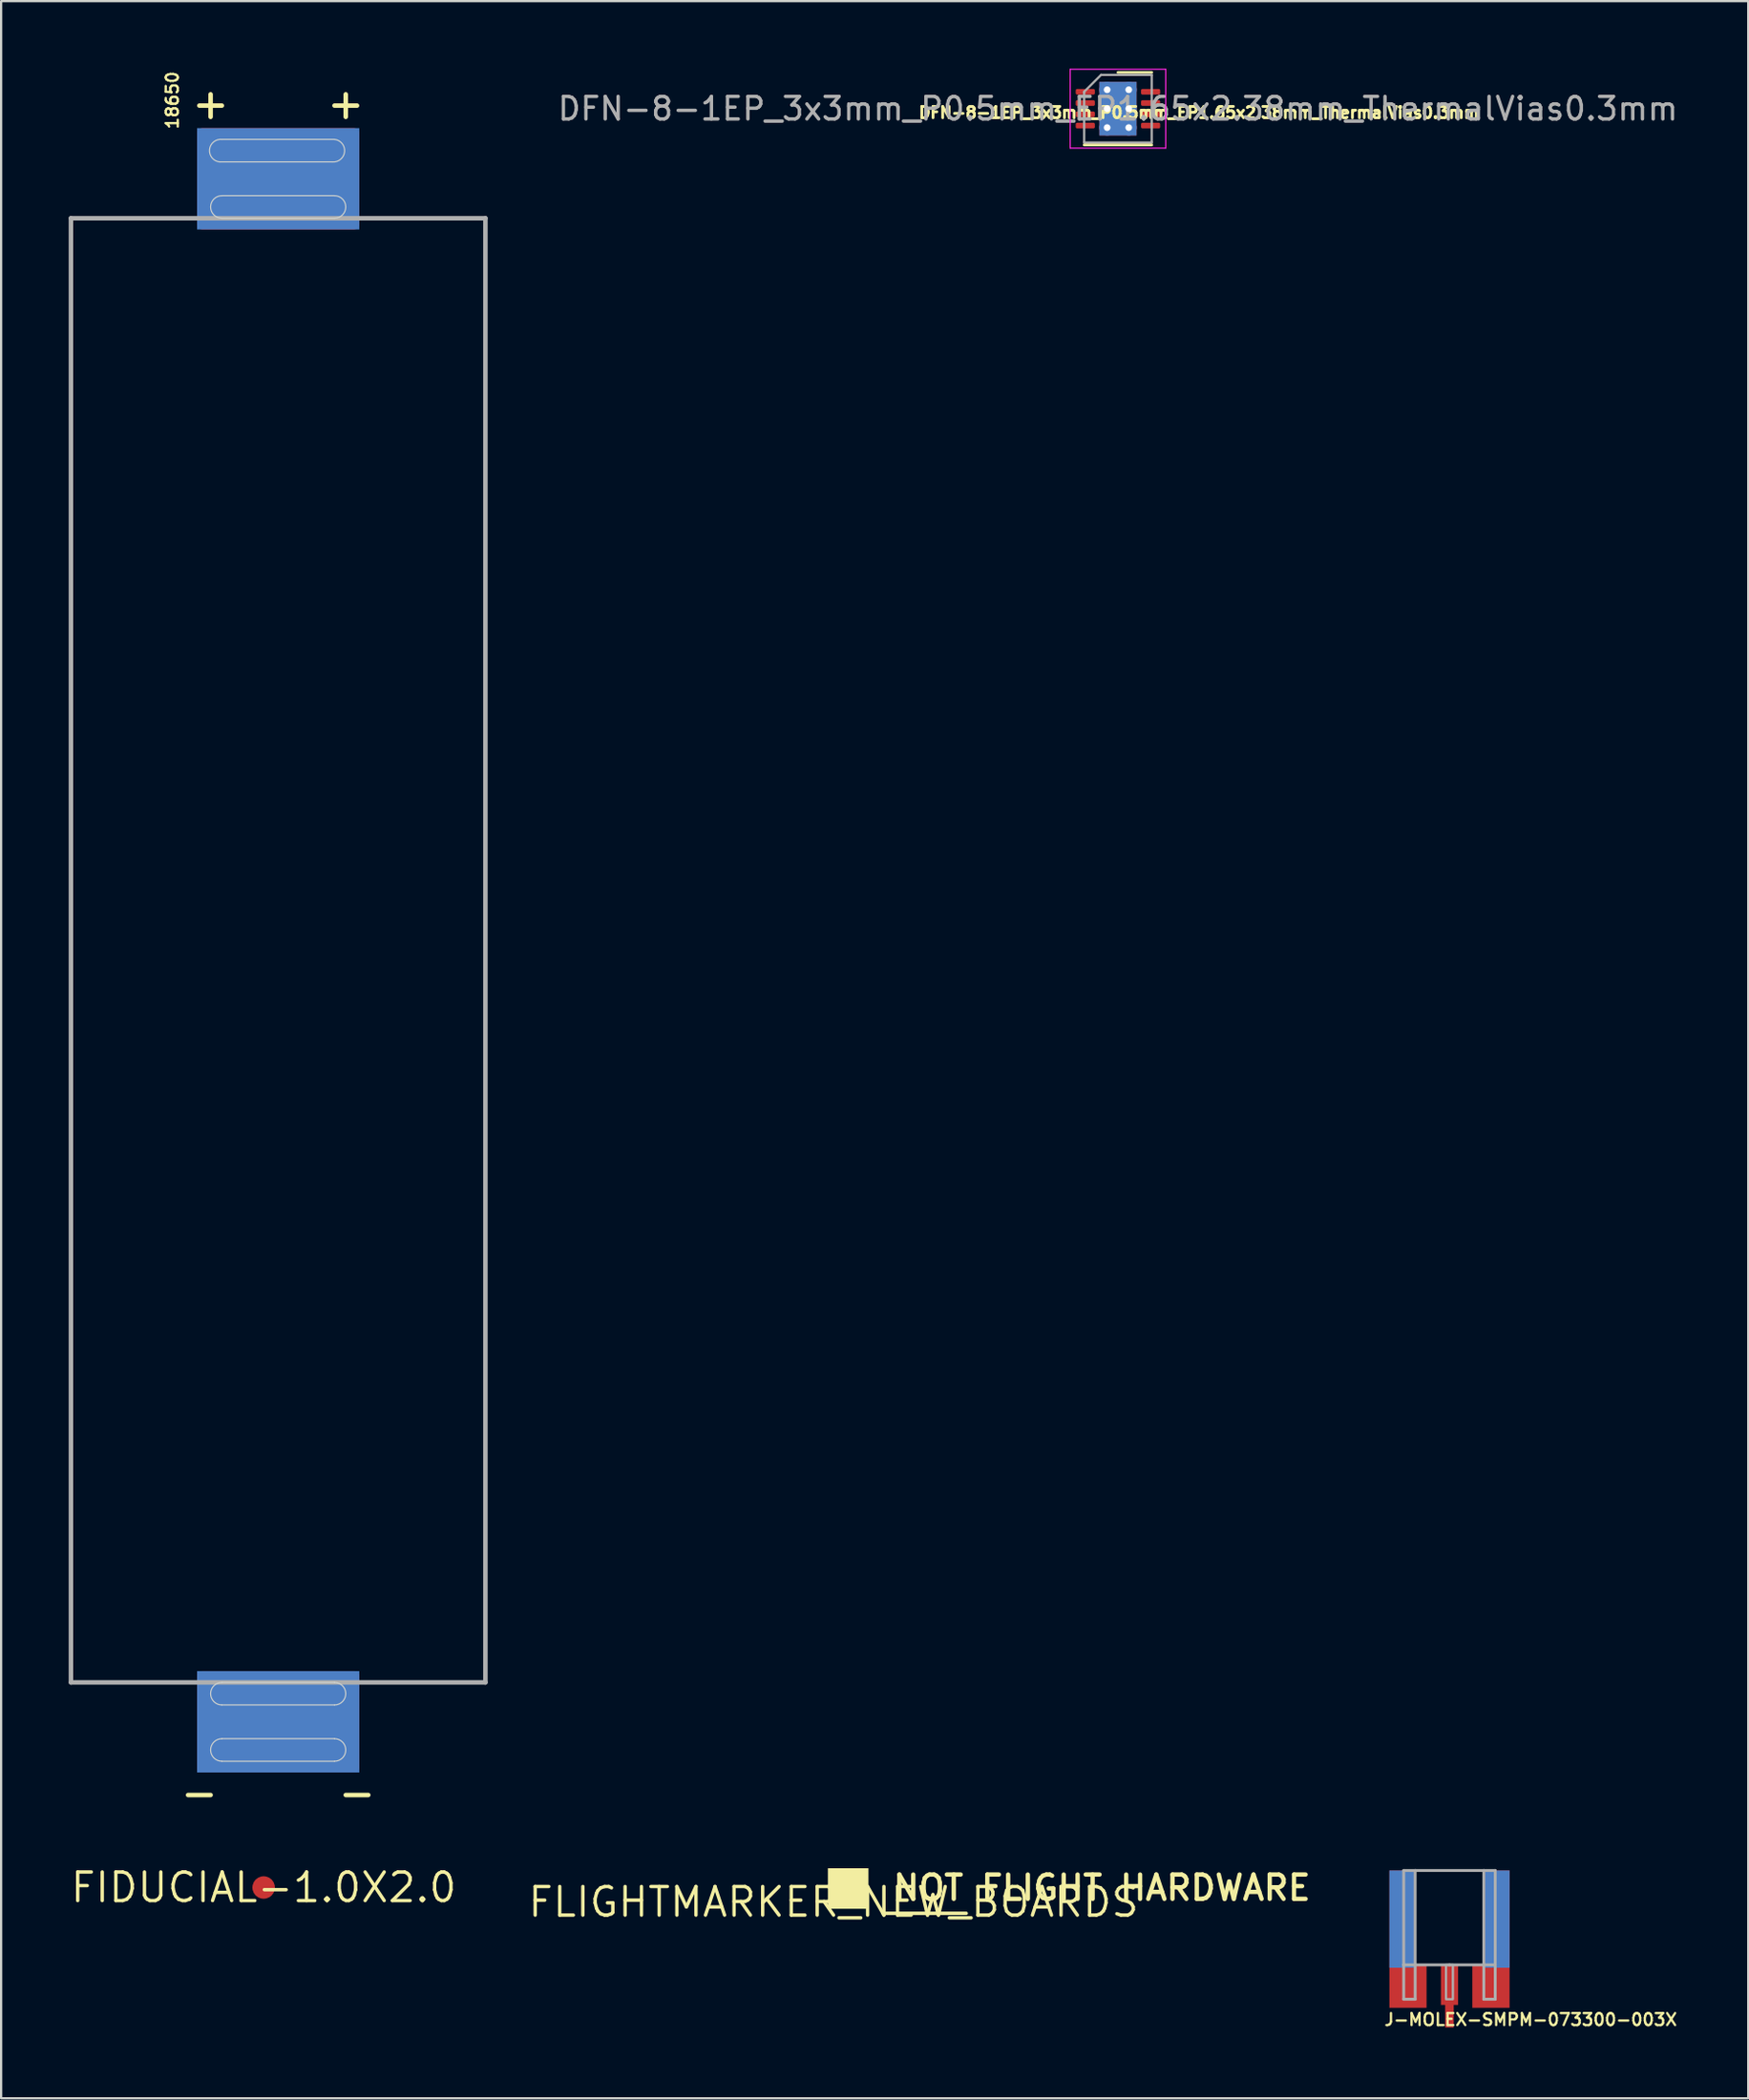
<source format=kicad_pcb>
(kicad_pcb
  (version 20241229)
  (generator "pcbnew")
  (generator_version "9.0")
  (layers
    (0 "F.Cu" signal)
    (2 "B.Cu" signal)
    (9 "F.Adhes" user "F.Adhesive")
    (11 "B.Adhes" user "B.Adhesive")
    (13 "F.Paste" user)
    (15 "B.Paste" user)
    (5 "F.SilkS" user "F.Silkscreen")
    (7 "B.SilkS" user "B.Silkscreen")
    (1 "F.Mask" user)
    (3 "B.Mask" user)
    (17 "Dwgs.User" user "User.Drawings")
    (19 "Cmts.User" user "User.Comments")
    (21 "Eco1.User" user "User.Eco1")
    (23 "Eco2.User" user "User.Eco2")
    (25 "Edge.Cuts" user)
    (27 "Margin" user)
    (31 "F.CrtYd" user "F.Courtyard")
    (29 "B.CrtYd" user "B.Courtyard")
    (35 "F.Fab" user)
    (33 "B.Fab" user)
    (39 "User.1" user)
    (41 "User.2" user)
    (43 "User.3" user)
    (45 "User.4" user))
  (footprint "FIDUCIAL-1.0X2.0"
    (layer "F.Cu")
    (at 8.655 80.744)
    (property "Reference" "FIDUCIAL-1.0X2.0" (at 0 0 0) (layer "F.SilkS") (effects (font (size 1.27 1.27) (thickness 0.15))))
    (fp_circle (center 0 0) (end 0.25 0) (stroke (width 0.5) (type solid)) (fill no) (layer "F.Mask"))
    (fp_circle (center 0 0) (end 0.5 0) (stroke (width 1) (type solid)) (fill no) (layer "F.Mask"))
    (pad "FIDUCIAL" smd roundrect (at 0 0) (size 1 1) (layers "F.Cu") (roundrect_rratio 0.5)))
  (footprint "DFN-8-1EP_3x3mm_P0.5mm_EP1.65x2.38mm_ThermalVias0.3mm"
    (layer "F.Cu")
    (at 46.582 1.775)
    (property "Reference" "DFN-8-1EP_3x3mm_P0.5mm_EP1.65x2.38mm_ThermalVias0.3mm" (at 3.6 0.175 180) (layer "F.SilkS") (effects (font (size 0.5 0.5) (thickness 0.15))))
    (attr smd)
    (fp_line (start -1.5 1.61) (end 1.5 1.61) (stroke (width 0.12) (type solid)) (layer "F.SilkS"))
    (fp_line (start 0 -1.61) (end 1.5 -1.61) (stroke (width 0.12) (type solid)) (layer "F.SilkS"))
    (fp_line (start -2.12 -1.75) (end -2.12 1.75) (stroke (width 0.05) (type solid)) (layer "F.CrtYd"))
    (fp_line (start -2.12 1.75) (end 2.12 1.75) (stroke (width 0.05) (type solid)) (layer "F.CrtYd"))
    (fp_line (start 2.12 -1.75) (end -2.12 -1.75) (stroke (width 0.05) (type solid)) (layer "F.CrtYd"))
    (fp_line (start 2.12 1.75) (end 2.12 -1.75) (stroke (width 0.05) (type solid)) (layer "F.CrtYd"))
    (fp_line (start -1.5 -0.75) (end -0.75 -1.5) (stroke (width 0.1) (type solid)) (layer "F.Fab"))
    (fp_line (start -1.5 1.5) (end -1.5 -0.75) (stroke (width 0.1) (type solid)) (layer "F.Fab"))
    (fp_line (start -0.75 -1.5) (end 1.5 -1.5) (stroke (width 0.1) (type solid)) (layer "F.Fab"))
    (fp_line (start 1.5 -1.5) (end 1.5 1.5) (stroke (width 0.1) (type solid)) (layer "F.Fab"))
    (fp_line (start 1.5 1.5) (end -1.5 1.5) (stroke (width 0.1) (type solid)) (layer "F.Fab"))
    (fp_text user "${REFERENCE}" (at 0 0 180) (layer "F.Fab") (effects (font (size 1 1) (thickness 0.15))))
    (pad "" smd roundrect (at -0.41 -0.595) (size 0.67 0.96) (layers "F.Paste") (roundrect_rratio 0.25))
    (pad "" smd roundrect (at -0.41 0.595) (size 0.67 0.96) (layers "F.Paste") (roundrect_rratio 0.25))
    (pad "" smd roundrect (at 0.41 -0.595) (size 0.67 0.96) (layers "F.Paste") (roundrect_rratio 0.25))
    (pad "" smd roundrect (at 0.41 0.595) (size 0.67 0.96) (layers "F.Paste") (roundrect_rratio 0.25))
    (pad "1" smd roundrect (at -1.45 -0.75) (size 0.85 0.25) (layers "F.Cu" "F.Mask" "F.Paste") (roundrect_rratio 0.25))
    (pad "2" smd roundrect (at -1.45 -0.25) (size 0.85 0.25) (layers "F.Cu" "F.Mask" "F.Paste") (roundrect_rratio 0.25))
    (pad "3" smd roundrect (at -1.45 0.25) (size 0.85 0.25) (layers "F.Cu" "F.Mask" "F.Paste") (roundrect_rratio 0.25))
    (pad "4" smd roundrect (at -1.45 0.75) (size 0.85 0.25) (layers "F.Cu" "F.Mask" "F.Paste") (roundrect_rratio 0.25))
    (pad "5" smd roundrect (at 1.45 0.75) (size 0.85 0.25) (layers "F.Cu" "F.Mask" "F.Paste") (roundrect_rratio 0.25))
    (pad "6" smd roundrect (at 1.45 0.25) (size 0.85 0.25) (layers "F.Cu" "F.Mask" "F.Paste") (roundrect_rratio 0.25))
    (pad "7" smd roundrect (at 1.45 -0.25) (size 0.85 0.25) (layers "F.Cu" "F.Mask" "F.Paste") (roundrect_rratio 0.25))
    (pad "8" smd roundrect (at 1.45 -0.75) (size 0.85 0.25) (layers "F.Cu" "F.Mask" "F.Paste") (roundrect_rratio 0.25))
    (pad "9" thru_hole circle (at -0.48 -0.84) (size 0.7 0.7) (drill 0.3) (layers "*.Cu"))
    (pad "9" thru_hole circle (at -0.48 0) (size 0.7 0.7) (drill 0.3) (layers "*.Cu"))
    (pad "9" thru_hole circle (at -0.48 0.84) (size 0.7 0.7) (drill 0.3) (layers "*.Cu"))
    (pad "9" smd rect (at 0 0) (size 1.65 2.38) (layers "F.Cu" "F.Mask"))
    (pad "9" smd rect (at 0 0) (size 1.65 2.38) (layers "B.Cu"))
    (pad "9" thru_hole circle (at 0.48 -0.84) (size 0.7 0.7) (drill 0.3) (layers "*.Cu"))
    (pad "9" thru_hole circle (at 0.48 0) (size 0.7 0.7) (drill 0.3) (layers "*.Cu"))
    (pad "9" thru_hole circle (at 0.48 0.84) (size 0.7 0.7) (drill 0.3) (layers "*.Cu")))
  (footprint "18650"
    (layer "F.Cu")
    (at 9.3 39.138)
    (property "Reference" "18650" (at -4.7 -36.4 270) (layer "F.SilkS") (effects (font (size 0.533 0.533) (thickness 0.102)) (justify left)))
    (fp_poly (pts (xy 3.7 -34.5) (xy -3.7 -34.5) (xy -3.7 -36.7) (xy 3.7 -36.7)) (stroke (width 0) (type solid)) (fill yes) (layer "F.Mask"))
    (fp_poly (pts (xy 3.7 -31.9) (xy -3.7 -31.9) (xy -3.7 -34) (xy 3.7 -34)) (stroke (width 0) (type solid)) (fill yes) (layer "F.Mask"))
    (fp_poly (pts (xy 3.7 34) (xy -3.7 34) (xy -3.7 31.9) (xy 3.7 31.9)) (stroke (width 0) (type solid)) (fill yes) (layer "F.Mask"))
    (fp_poly (pts (xy 3.7 36.6) (xy -3.7 36.6) (xy -3.7 34.5) (xy 3.7 34.5)) (stroke (width 0) (type solid)) (fill yes) (layer "F.Mask"))
    (fp_poly (pts (xy 3.6 -32) (xy -3.6 -32) (xy -3.6 -36.5) (xy 3.6 -36.5)) (stroke (width 0) (type solid)) (fill yes) (layer "B.Cu"))
    (fp_poly (pts (xy 3.6 36.5) (xy -3.6 36.5) (xy -3.6 32) (xy 3.6 32)) (stroke (width 0) (type solid)) (fill yes) (layer "B.Cu"))
    (fp_poly (pts (xy 3.7 -34.5) (xy -3.7 -34.5) (xy -3.7 -36.7) (xy 3.7 -36.7)) (stroke (width 0) (type solid)) (fill yes) (layer "B.Mask"))
    (fp_poly (pts (xy 3.7 -31.9) (xy -3.7 -31.9) (xy -3.7 -34) (xy 3.7 -34)) (stroke (width 0) (type solid)) (fill yes) (layer "B.Mask"))
    (fp_poly (pts (xy 3.7 34) (xy -3.7 34) (xy -3.7 31.9) (xy 3.7 31.9)) (stroke (width 0) (type solid)) (fill yes) (layer "B.Mask"))
    (fp_poly (pts (xy 3.7 36.6) (xy -3.7 36.6) (xy -3.7 34.5) (xy 3.7 34.5)) (stroke (width 0) (type solid)) (fill yes) (layer "B.Mask"))
    (fp_poly (pts (xy 3.6 -32) (xy -3.6 -32) (xy -3.6 -36.5) (xy 3.6 -36.5)) (stroke (width 0) (type solid)) (fill yes) (layer "In1.Cu"))
    (fp_poly (pts (xy 3.6 36.5) (xy -3.6 36.5) (xy -3.6 32) (xy 3.6 32)) (stroke (width 0) (type solid)) (fill yes) (layer "In1.Cu"))
    (fp_line (start -4 37.5) (end -3 37.5) (stroke (width 0.2) (type solid)) (layer "F.SilkS"))
    (fp_line (start -3.5 -37.5) (end -2.5 -37.5) (stroke (width 0.2) (type solid)) (layer "F.SilkS"))
    (fp_line (start -3 -38) (end -3 -37) (stroke (width 0.2) (type solid)) (layer "F.SilkS"))
    (fp_line (start 2.5 -37.5) (end 3.5 -37.5) (stroke (width 0.2) (type solid)) (layer "F.SilkS"))
    (fp_line (start 3 -38) (end 3 -37) (stroke (width 0.2) (type solid)) (layer "F.SilkS"))
    (fp_line (start 3 37.5) (end 4 37.5) (stroke (width 0.2) (type solid)) (layer "F.SilkS"))
    (fp_poly (pts (xy 3.6 -32) (xy -3.6 -32) (xy -3.6 -36.5) (xy 3.6 -36.5)) (stroke (width 0) (type solid)) (fill yes) (layer "In2.Cu"))
    (fp_poly (pts (xy 3.6 36.5) (xy -3.6 36.5) (xy -3.6 32) (xy 3.6 32)) (stroke (width 0) (type solid)) (fill yes) (layer "In2.Cu"))
    (fp_line (start -2.5 -36) (end 2.5 -36) (stroke (width 0.05) (type solid)) (layer "Edge.Cuts"))
    (fp_line (start -2.5 -33.5) (end 2.5 -33.5) (stroke (width 0.05) (type solid)) (layer "Edge.Cuts"))
    (fp_line (start -2.5 32.5) (end 2.5 32.5) (stroke (width 0.05) (type solid)) (layer "Edge.Cuts"))
    (fp_line (start -2.5 35) (end 2.5 35) (stroke (width 0.05) (type solid)) (layer "Edge.Cuts"))
    (fp_line (start 2.4 -35) (end -2.6 -35) (stroke (width 0.05) (type solid)) (layer "Edge.Cuts"))
    (fp_line (start 2.5 -32.5) (end -2.5 -32.5) (stroke (width 0.05) (type solid)) (layer "Edge.Cuts"))
    (fp_line (start 2.5 33.5) (end -2.5 33.5) (stroke (width 0.05) (type solid)) (layer "Edge.Cuts"))
    (fp_line (start 2.5 36) (end -2.5 36) (stroke (width 0.05) (type solid)) (layer "Edge.Cuts"))
    (fp_arc (start -2.6 -35) (mid -3.05 -35.55) (end -2.5 -36) (stroke (width 0.05) (type solid)) (layer "Edge.Cuts"))
    (fp_arc (start -2.5 -32.5) (mid -3 -33) (end -2.5 -33.5) (stroke (width 0.05) (type solid)) (layer "Edge.Cuts"))
    (fp_arc (start -2.5 33.5) (mid -3 33) (end -2.5 32.5) (stroke (width 0.05) (type solid)) (layer "Edge.Cuts"))
    (fp_arc (start -2.5 36) (mid -3 35.5) (end -2.5 35) (stroke (width 0.05) (type solid)) (layer "Edge.Cuts"))
    (fp_arc (start 2.5 -36) (mid 2.95 -35.45) (end 2.4 -35) (stroke (width 0.05) (type solid)) (layer "Edge.Cuts"))
    (fp_arc (start 2.5 -33.5) (mid 3 -33) (end 2.5 -32.5) (stroke (width 0.05) (type solid)) (layer "Edge.Cuts"))
    (fp_arc (start 2.5 32.5) (mid 3 33) (end 2.5 33.5) (stroke (width 0.05) (type solid)) (layer "Edge.Cuts"))
    (fp_arc (start 2.5 35) (mid 3 35.5) (end 2.5 36) (stroke (width 0.05) (type solid)) (layer "Edge.Cuts"))
    (fp_line (start -9.2 -32.5) (end 9.2 -32.5) (stroke (width 0.2) (type solid)) (layer "F.Fab"))
    (fp_line (start -9.2 32.5) (end -9.2 -32.5) (stroke (width 0.2) (type solid)) (layer "F.Fab"))
    (fp_line (start 9.2 -32.5) (end 9.2 32.5) (stroke (width 0.2) (type solid)) (layer "F.Fab"))
    (fp_line (start 9.2 32.5) (end -9.2 32.5) (stroke (width 0.2) (type solid)) (layer "F.Fab"))
    (pad "NEG-T" smd roundrect (at 0 34.25) (size 7.2 4.5) (layers "F.Cu") (roundrect_rratio 0.05))
    (pad "POS-T" smd roundrect (at 0 -34.25) (size 7.2 4.5) (layers "F.Cu") (roundrect_rratio 0.05)))
  (footprint "J-MOLEX-SMPM-073300-003X"
    (layer "F.Cu")
    (at 61.3 79.988)
    (property "Reference" "J-MOLEX-SMPM-073300-003X" (at -2.943 6.622 0) (layer "F.SilkS") (effects (font (size 0.533 0.533) (thickness 0.102)) (justify left)))
    (fp_poly (pts (xy -1.448 4.115) (xy -0.94 4.115) (xy -0.94 6.172) (xy -2.743 6.172) (xy -2.743 -0.076) (xy -1.448 -0.076)) (stroke (width 0) (type solid)) (fill yes) (layer "F.Mask"))
    (fp_poly (pts (xy 2.743 6.172) (xy 0.94 6.172) (xy 0.94 4.115) (xy 1.448 4.115) (xy 1.448 -0.076) (xy 2.743 -0.076)) (stroke (width 0) (type solid)) (fill yes) (layer "F.Mask"))
    (fp_poly (pts (xy -1.448 4.394) (xy -2.743 4.394) (xy -2.743 -0.076) (xy -1.448 -0.076)) (stroke (width 0) (type solid)) (fill yes) (layer "B.Mask"))
    (fp_poly (pts (xy 2.743 4.394) (xy 1.448 4.394) (xy 1.448 -0.076) (xy 2.743 -0.076)) (stroke (width 0) (type solid)) (fill yes) (layer "B.Mask"))
    (fp_line (start -1.575 0) (end -1.575 2.921) (stroke (width 0.05) (type solid)) (layer "Margin"))
    (fp_line (start -0.305 4.191) (end 0.305 4.191) (stroke (width 0.05) (type solid)) (layer "Margin"))
    (fp_line (start 1.575 2.921) (end 1.575 0) (stroke (width 0.05) (type solid)) (layer "Margin"))
    (fp_arc (start -0.304799 4.191001) (mid -1.202825 3.819026) (end -1.5748 2.921) (stroke (width 0.05) (type solid)) (layer "Margin"))
    (fp_arc (start 1.574799 2.920999) (mid 1.202825 3.819025) (end 0.3048 4.191) (stroke (width 0.05) (type solid)) (layer "Margin"))
    (fp_line (start -2.032 0) (end -2.032 4.191) (stroke (width 0.127) (type solid)) (layer "F.Fab"))
    (fp_line (start -2.032 4.191) (end -2.032 5.715) (stroke (width 0.127) (type solid)) (layer "F.Fab"))
    (fp_line (start -2.032 4.191) (end -1.524 4.191) (stroke (width 0.127) (type solid)) (layer "F.Fab"))
    (fp_line (start -2.032 5.715) (end -1.524 5.715) (stroke (width 0.127) (type solid)) (layer "F.Fab"))
    (fp_line (start -1.524 0) (end -2.032 0) (stroke (width 0.127) (type solid)) (layer "F.Fab"))
    (fp_line (start -1.524 0) (end -1.524 4.191) (stroke (width 0.127) (type solid)) (layer "F.Fab"))
    (fp_line (start -1.524 4.191) (end 0 4.191) (stroke (width 0.127) (type solid)) (layer "F.Fab"))
    (fp_line (start -1.524 5.715) (end -1.524 4.191) (stroke (width 0.127) (type solid)) (layer "F.Fab"))
    (fp_line (start 0 4.191) (end 1.524 4.191) (stroke (width 0.127) (type solid)) (layer "F.Fab"))
    (fp_line (start 1.524 0) (end -1.524 0) (stroke (width 0.127) (type solid)) (layer "F.Fab"))
    (fp_line (start 1.524 0) (end 1.524 4.191) (stroke (width 0.127) (type solid)) (layer "F.Fab"))
    (fp_line (start 1.524 4.191) (end 2.032 4.191) (stroke (width 0.127) (type solid)) (layer "F.Fab"))
    (fp_line (start 1.524 5.715) (end 1.524 4.191) (stroke (width 0.127) (type solid)) (layer "F.Fab"))
    (fp_line (start 2.032 0) (end 1.524 0) (stroke (width 0.127) (type solid)) (layer "F.Fab"))
    (fp_line (start 2.032 4.191) (end 2.032 0) (stroke (width 0.127) (type solid)) (layer "F.Fab"))
    (fp_line (start 2.032 4.191) (end 2.032 5.715) (stroke (width 0.127) (type solid)) (layer "F.Fab"))
    (fp_line (start 2.032 5.715) (end 1.524 5.715) (stroke (width 0.127) (type solid)) (layer "F.Fab"))
    (fp_poly (pts (xy -0.152 5.715) (xy 0.152 5.715) (xy 0.152 4.191) (xy -0.152 4.191)) (stroke (width 0.1) (type solid)) (fill no) (layer "F.Fab"))
    (pad "GND" smd custom (at -2.032 1.778 180) (size 0.508 0.508) (layers "B.Cu") (options (anchor rect)) (primitives (gr_poly (pts (xy -0.457 -2.54) (xy 0.635 -2.54) (xy 0.635 1.778) (xy -0.457 1.778)) (width 0) (fill yes))))
    (pad "GND" smd custom (at -1.778 5.08) (size 0.508 0.508) (layers "F.Cu") (options (anchor rect)) (primitives (gr_poly (pts (xy 0.203 -0.889) (xy 0.762 -0.889) (xy 0.762 1.016) (xy -0.889 1.016) (xy -0.889 -5.08) (xy 0.203 -5.08)) (width 0) (fill yes))))
    (pad "GND" smd custom (at 1.778 5.08) (size 0.508 0.508) (layers "F.Cu") (options (anchor rect)) (primitives (gr_poly (pts (xy 0.889 1.016) (xy -0.762 1.016) (xy -0.762 -0.889) (xy -0.203 -0.889) (xy -0.203 -5.08) (xy 0.889 -5.08)) (width 0) (fill yes))))
    (pad "GND" smd custom (at 2.032 1.778 180) (size 0.508 0.508) (layers "B.Cu") (options (anchor rect)) (primitives (gr_poly (pts (xy -0.635 -2.54) (xy 0.457 -2.54) (xy 0.457 1.778) (xy -0.635 1.778)) (width 0) (fill yes))))
    (pad "RF" smd custom (at 0 6.72) (size 0.38 0.5) (layers "F.Cu" "F.Mask") (options (anchor rect)) (primitives (gr_rect (start -0.19 -0.78) (end 0.19 0.05) (width 0) (fill yes)) (gr_rect (start -0.381 -2.529) (end 0.381 -0.751) (width 0) (fill yes))))
    (zone (net_name "") (layers "F.Cu" "F.Mask") (hatch edge 0.508) (connect_pads) (min_thickness 0.254) (filled_areas_thickness no) (keepout (tracks allowed) (vias not_allowed) (pads allowed) (copperpour not_allowed) (footprints allowed)) (placement (enabled no)) (fill) (polygon (pts (xy 62.49 86.958) (xy 60.11 86.958) (xy 60.11 84.088) (xy 62.49 84.088)))))
  (footprint "FLIGHTMARKER_NEW_BOARDS"
    (layer "F.Cu")
    (at 33.955 81.389)
    (property "Reference" "FLIGHTMARKER_NEW_BOARDS" (at 0 0 0) (layer "F.SilkS") (effects (font (size 1.27 1.27) (thickness 0.15))))
    (fp_line (start 2.19 0.5) (end 5.89 0.5) (stroke (width 0.152) (type solid)) (layer "F.SilkS"))
    (fp_poly (pts (xy -0.25 0.3) (xy 1.55 0.3) (xy 1.55 -1.5) (xy -0.25 -1.5)) (stroke (width 0) (type solid)) (fill yes) (layer "F.SilkS"))
    (fp_text user "NOT FLIGHT HARDWARE" (at 2.54 0 0) (layer "F.SilkS") (effects (font (size 1.079 1.079) (thickness 0.191)) (justify left bottom))))
  (gr_rect
    (start -3 -3)
    (end 74.564 90.101)
    (stroke (width 0.1) (type default))
    (fill no)
    (layer "Edge.Cuts")))
</source>
